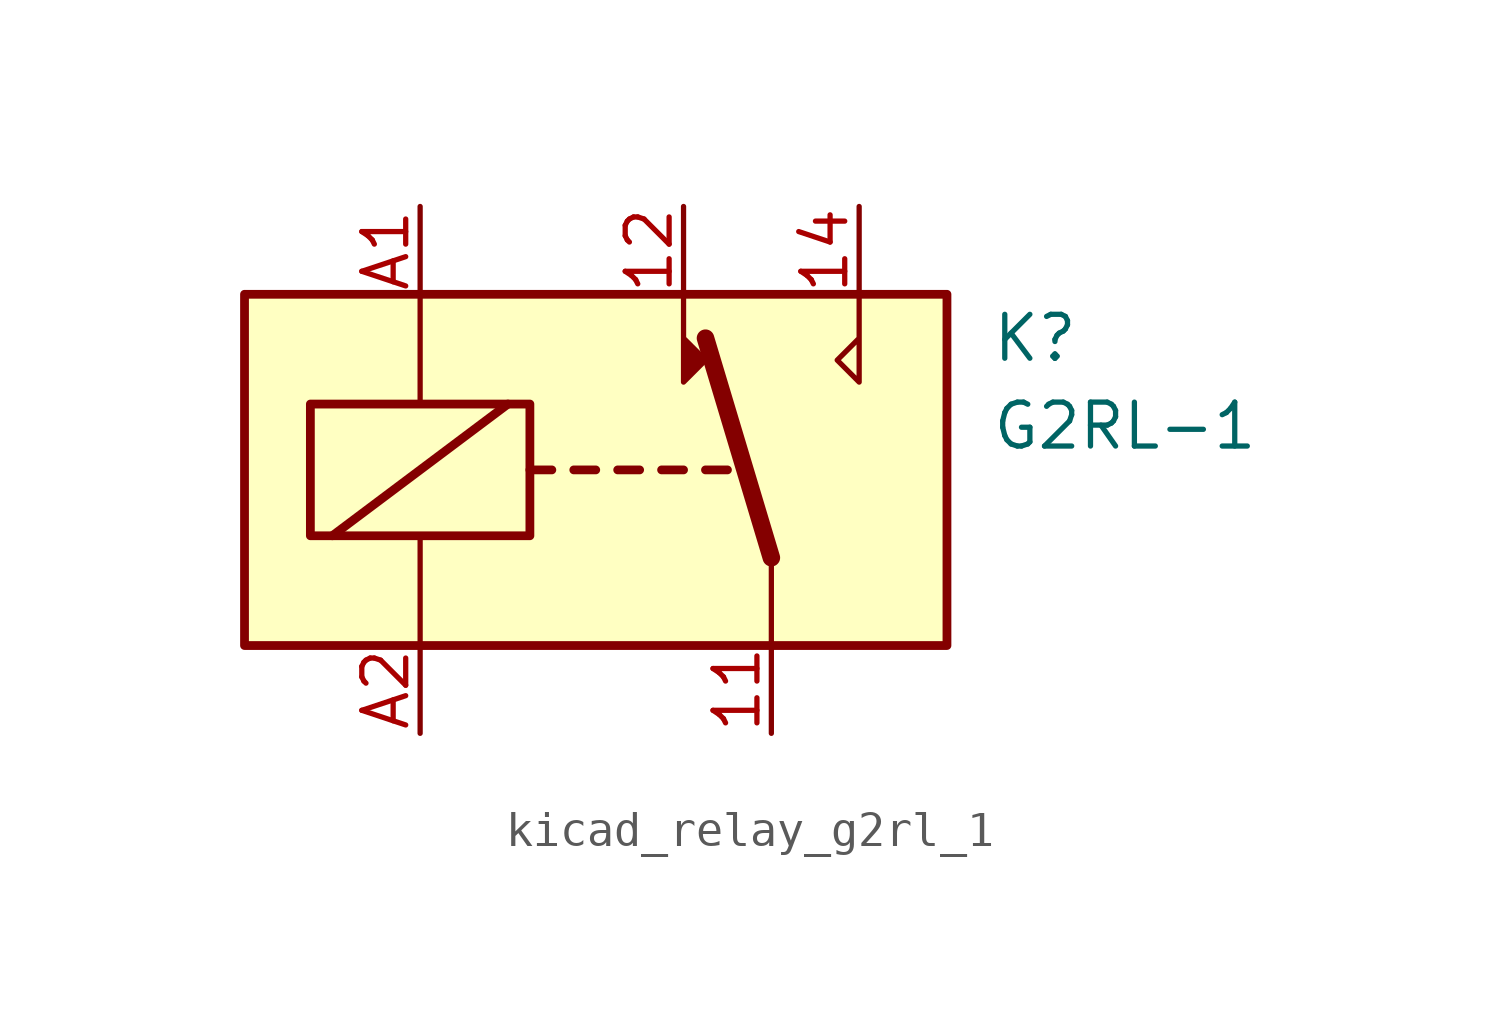
<source format=kicad_sym>
(kicad_symbol_lib
  (version 20220914)
  (generator kicad_symbol_editor)
  (symbol "kicad_relay_g2rl_1"
    (property "Reference" "K"
      (at 11.43 3.81 0)
      (effects (font (size 1.27 1.27)) (justify left)))
    (property "Value" "G2RL-1"
      (at 11.43 1.27 0)
      (effects (font (size 1.27 1.27)) (justify left)))
    (symbol "kicad_relay_g2rl_1_0_0"
      (polyline (pts (xy 7.62 5.08) (xy 7.62 2.54) (xy 6.985 3.175) (xy 7.62 3.81)) (stroke (width 0) (type default)) (fill (type none))))
    (symbol "kicad_relay_g2rl_1_0_1"
      (rectangle (start -10.16 5.08) (end 10.16 -5.08) (stroke (width 0.254) (type default)) (fill (type background)))
      (rectangle (start -8.255 1.905) (end -1.905 -1.905) (stroke (width 0.254) (type default)) (fill (type none)))
      (polyline (pts (xy -7.62 -1.905) (xy -2.54 1.905)) (stroke (width 0.254) (type default)) (fill (type none)))
      (polyline (pts (xy -5.08 -5.08) (xy -5.08 -1.905)) (stroke (width 0) (type default)) (fill (type none)))
      (polyline (pts (xy -5.08 5.08) (xy -5.08 1.905)) (stroke (width 0) (type default)) (fill (type none)))
      (polyline (pts (xy -1.905 0) (xy -1.27 0)) (stroke (width 0.254) (type default)) (fill (type none)))
      (polyline (pts (xy -0.635 0) (xy 0 0)) (stroke (width 0.254) (type default)) (fill (type none)))
      (polyline (pts (xy 0.635 0) (xy 1.27 0)) (stroke (width 0.254) (type default)) (fill (type none)))
      (polyline (pts (xy 1.905 0) (xy 2.54 0)) (stroke (width 0.254) (type default)) (fill (type none)))
      (polyline (pts (xy 3.175 0) (xy 3.81 0)) (stroke (width 0.254) (type default)) (fill (type none)))
      (polyline (pts (xy 5.08 -2.54) (xy 3.175 3.81)) (stroke (width 0.508) (type default)) (fill (type none)))
      (polyline (pts (xy 5.08 -2.54) (xy 5.08 -5.08)) (stroke (width 0) (type default)) (fill (type none)))
      (polyline (pts (xy 2.54 5.08) (xy 2.54 2.54) (xy 3.175 3.175) (xy 2.54 3.81)) (stroke (width 0) (type default)) (fill (type outline))))
    (symbol "kicad_relay_g2rl_1_1_1"
      (pin passive line (at 5.08 -7.62 90) (length 2.54) (name "~" (effects (font (size 1.27 1.27)))) (number "11" (effects (font (size 1.27 1.27)))))
      (pin passive line (at 2.54 7.62 270) (length 2.54) (name "~" (effects (font (size 1.27 1.27)))) (number "12" (effects (font (size 1.27 1.27)))))
      (pin passive line (at 7.62 7.62 270) (length 2.54) (name "~" (effects (font (size 1.27 1.27)))) (number "14" (effects (font (size 1.27 1.27)))))
      (pin passive line (at -5.08 7.62 270) (length 2.54) (name "~" (effects (font (size 1.27 1.27)))) (number "A1" (effects (font (size 1.27 1.27)))))
      (pin passive line (at -5.08 -7.62 90) (length 2.54) (name "~" (effects (font (size 1.27 1.27)))) (number "A2" (effects (font (size 1.27 1.27))))))))
</source>
